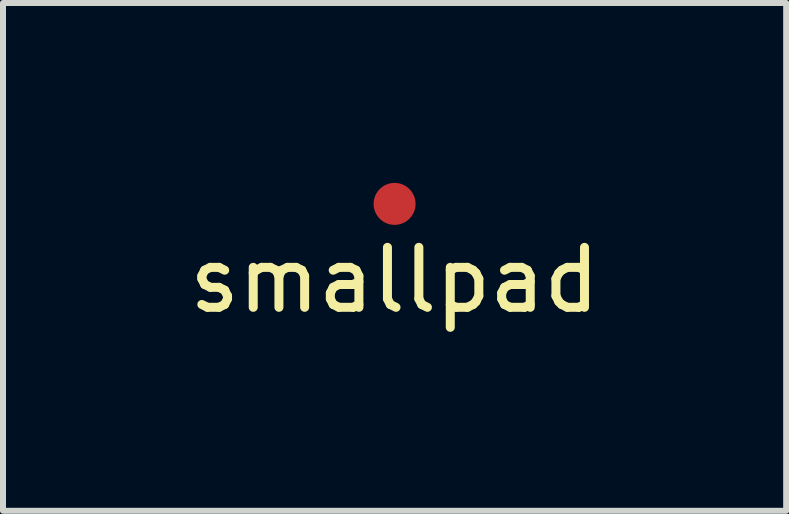
<source format=kicad_pcb>
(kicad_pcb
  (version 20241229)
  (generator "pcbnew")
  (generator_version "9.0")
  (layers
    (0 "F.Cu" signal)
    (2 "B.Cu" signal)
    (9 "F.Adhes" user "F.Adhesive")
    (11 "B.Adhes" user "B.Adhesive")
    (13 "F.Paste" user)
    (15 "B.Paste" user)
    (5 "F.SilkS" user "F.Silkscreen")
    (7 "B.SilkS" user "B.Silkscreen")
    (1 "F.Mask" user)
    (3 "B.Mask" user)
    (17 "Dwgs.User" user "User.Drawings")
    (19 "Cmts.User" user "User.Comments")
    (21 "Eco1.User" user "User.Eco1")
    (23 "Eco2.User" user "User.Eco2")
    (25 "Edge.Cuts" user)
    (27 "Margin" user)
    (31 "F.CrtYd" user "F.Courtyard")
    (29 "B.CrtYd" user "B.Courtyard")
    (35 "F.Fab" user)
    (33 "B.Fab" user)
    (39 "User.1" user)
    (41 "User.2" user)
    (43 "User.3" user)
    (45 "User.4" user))
  (footprint "smallpad"
    (layer "F.Cu")
    (at 3.53 0.35)
    (property "Reference" "smallpad" (at 0 1.27 0) (layer "F.SilkS") (effects (font (size 1 1) (thickness 0.15))))
    (attr through_hole)
    (pad "1" smd circle (at 0 0) (size 0.7 0.7) (layers "F.Cu" "F.Mask" "F.Paste")))
  (gr_rect
    (start -3 -3)
    (end 10.06 5.468)
    (stroke (width 0.1) (type default))
    (fill no)
    (layer "Edge.Cuts")))
</source>
